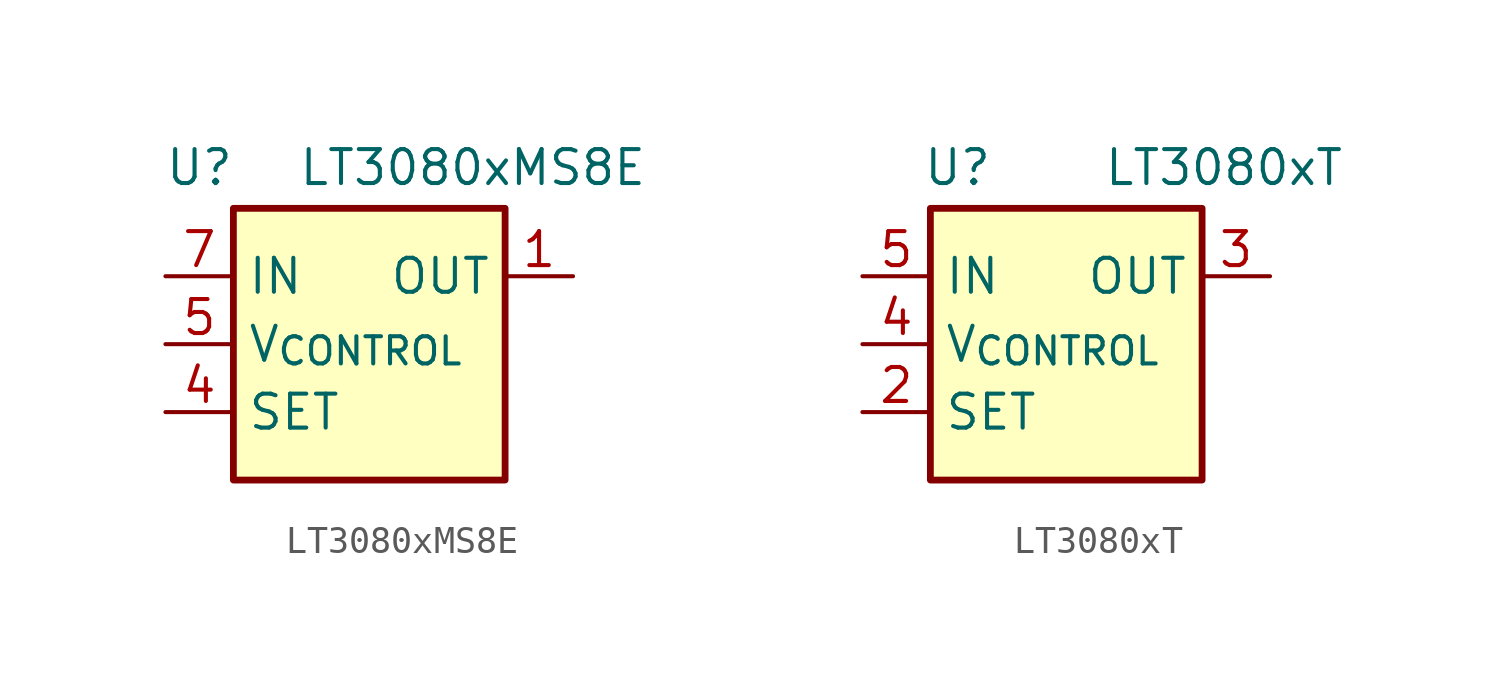
<source format=kicad_sym>
(kicad_symbol_lib
  (version 20231120)
  (generator "kicad_symbol_editor")
  (generator_version "8.0")
  (symbol "LT3080xMS8E"
    (property "Reference" "U"
      (at -6.35 6.604 0)
      (effects (font (size 1.27 1.27))))
    (property "Value" "LT3080xMS8E"
      (at 10.414 6.604 0)
      (effects (font (size 1.27 1.27)) (justify right)))
    (symbol "LT3080xMS8E_0_1"
      (rectangle (start -5.08 5.08) (end 5.08 -5.08) (stroke (width 0.254) (type default)) (fill (type background))))
    (symbol "LT3080xMS8E_1_1"
      (pin power_out line (at 7.62 2.54 180) (length 2.54) (name "OUT" (effects (font (size 1.27 1.27)))) (number "1" (effects (font (size 1.27 1.27)))))
      (pin passive line (at 7.62 2.54 180) (length 2.54) hide (name "OUT" (effects (font (size 1.27 1.27)))) (number "2" (effects (font (size 1.27 1.27)))))
      (pin passive line (at 7.62 2.54 180) (length 2.54) hide (name "OUT" (effects (font (size 1.27 1.27)))) (number "3" (effects (font (size 1.27 1.27)))))
      (pin input line (at -7.62 -2.54 0) (length 2.54) (name "SET" (effects (font (size 1.27 1.27)))) (number "4" (effects (font (size 1.27 1.27)))))
      (pin input line (at -7.62 0 0) (length 2.54) (name "V_{CONTROL}" (effects (font (size 1.27 1.27)))) (number "5" (effects (font (size 1.27 1.27)))))
      (pin no_connect line (at 5.08 -2.54 180) (length 2.54) hide (name "NC" (effects (font (size 1.27 1.27)))) (number "6" (effects (font (size 1.27 1.27)))))
      (pin power_in line (at -7.62 2.54 0) (length 2.54) (name "IN" (effects (font (size 1.27 1.27)))) (number "7" (effects (font (size 1.27 1.27)))))
      (pin passive line (at -7.62 2.54 0) (length 2.54) hide (name "IN" (effects (font (size 1.27 1.27)))) (number "8" (effects (font (size 1.27 1.27)))))
      (pin passive line (at 7.62 2.54 180) (length 2.54) hide (name "OUT" (effects (font (size 1.27 1.27)))) (number "9" (effects (font (size 1.27 1.27)))))))
  (symbol "LT3080xT"
    (property "Reference" "U"
      (at -4.064 6.604 0)
      (effects (font (size 1.27 1.27))))
    (property "Value" "LT3080xT"
      (at 10.414 6.604 0)
      (effects (font (size 1.27 1.27)) (justify right)))
    (symbol "LT3080xT_0_1"
      (rectangle (start -5.08 5.08) (end 5.08 -5.08) (stroke (width 0.254) (type default)) (fill (type background))))
    (symbol "LT3080xT_1_1"
      (pin no_connect line (at 5.08 -2.54 180) (length 2.54) hide (name "NC" (effects (font (size 1.27 1.27)))) (number "1" (effects (font (size 1.27 1.27)))))
      (pin input line (at -7.62 -2.54 0) (length 2.54) (name "SET" (effects (font (size 1.27 1.27)))) (number "2" (effects (font (size 1.27 1.27)))))
      (pin power_out line (at 7.62 2.54 180) (length 2.54) (name "OUT" (effects (font (size 1.27 1.27)))) (number "3" (effects (font (size 1.27 1.27)))))
      (pin input line (at -7.62 0 0) (length 2.54) (name "V_{CONTROL}" (effects (font (size 1.27 1.27)))) (number "4" (effects (font (size 1.27 1.27)))))
      (pin power_in line (at -7.62 2.54 0) (length 2.54) (name "IN" (effects (font (size 1.27 1.27)))) (number "5" (effects (font (size 1.27 1.27)))))
      (pin passive line (at 7.62 2.54 180) (length 2.54) hide (name "OUT" (effects (font (size 1.27 1.27)))) (number "6" (effects (font (size 1.27 1.27))))))))
</source>
